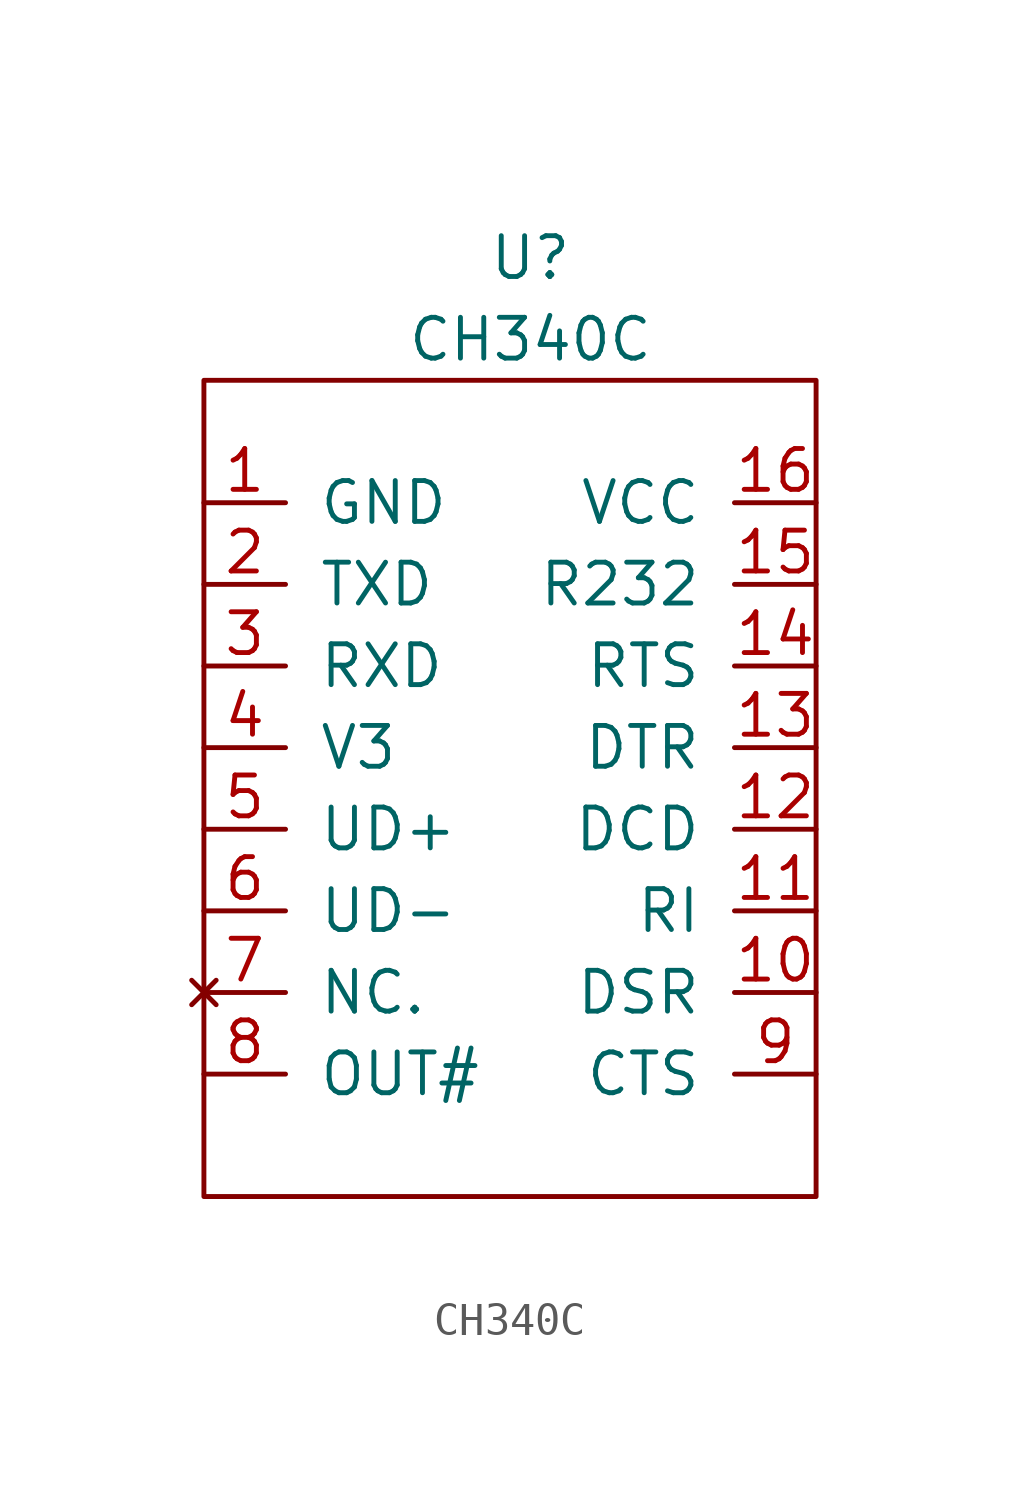
<source format=kicad_sym>
(kicad_symbol_lib
  (version 20211014)
  (generator kicad_symbol_editor)
  (symbol "CH340C"
    (pin_names
      (offset 1.016))
    (property "Reference" "U"
      (at 0 12.7 0)
      (effects (font (size 1.27 1.27))))
    (property "Value" "CH340C"
      (at 0 10.16 0)
      (effects (font (size 1.27 1.27))))
    (symbol "CH340C_0_1"
      (rectangle (start -10.16 8.89) (end 8.89 -16.51) (stroke (width 0) (type default) (color 0 0 0 0)) (fill (type none))))
    (symbol "CH340C_1_1"
      (pin passive line (at -10.16 5.08 0) (length 2.54) (name "GND" (effects (font (size 1.27 1.27)))) (number "1" (effects (font (size 1.27 1.27)))))
      (pin bidirectional line (at 8.89 -10.16 180) (length 2.54) (name "DSR" (effects (font (size 1.27 1.27)))) (number "10" (effects (font (size 1.27 1.27)))))
      (pin bidirectional line (at 8.89 -7.62 180) (length 2.54) (name "RI" (effects (font (size 1.27 1.27)))) (number "11" (effects (font (size 1.27 1.27)))))
      (pin bidirectional line (at 8.89 -5.08 180) (length 2.54) (name "DCD" (effects (font (size 1.27 1.27)))) (number "12" (effects (font (size 1.27 1.27)))))
      (pin bidirectional line (at 8.89 -2.54 180) (length 2.54) (name "DTR" (effects (font (size 1.27 1.27)))) (number "13" (effects (font (size 1.27 1.27)))))
      (pin bidirectional line (at 8.89 0 180) (length 2.54) (name "RTS" (effects (font (size 1.27 1.27)))) (number "14" (effects (font (size 1.27 1.27)))))
      (pin bidirectional line (at 8.89 2.54 180) (length 2.54) (name "R232" (effects (font (size 1.27 1.27)))) (number "15" (effects (font (size 1.27 1.27)))))
      (pin power_in line (at 8.89 5.08 180) (length 2.54) (name "VCC" (effects (font (size 1.27 1.27)))) (number "16" (effects (font (size 1.27 1.27)))))
      (pin output line (at -10.16 2.54 0) (length 2.54) (name "TXD" (effects (font (size 1.27 1.27)))) (number "2" (effects (font (size 1.27 1.27)))))
      (pin input line (at -10.16 0 0) (length 2.54) (name "RXD" (effects (font (size 1.27 1.27)))) (number "3" (effects (font (size 1.27 1.27)))))
      (pin passive line (at -10.16 -2.54 0) (length 2.54) (name "V3" (effects (font (size 1.27 1.27)))) (number "4" (effects (font (size 1.27 1.27)))))
      (pin bidirectional line (at -10.16 -5.08 0) (length 2.54) (name "UD+" (effects (font (size 1.27 1.27)))) (number "5" (effects (font (size 1.27 1.27)))))
      (pin bidirectional line (at -10.16 -7.62 0) (length 2.54) (name "UD-" (effects (font (size 1.27 1.27)))) (number "6" (effects (font (size 1.27 1.27)))))
      (pin no_connect line (at -10.16 -10.16 0) (length 2.54) (name "NC." (effects (font (size 1.27 1.27)))) (number "7" (effects (font (size 1.27 1.27)))))
      (pin output line (at -10.16 -12.7 0) (length 2.54) (name "OUT#" (effects (font (size 1.27 1.27)))) (number "8" (effects (font (size 1.27 1.27)))))
      (pin bidirectional line (at 8.89 -12.7 180) (length 2.54) (name "CTS" (effects (font (size 1.27 1.27)))) (number "9" (effects (font (size 1.27 1.27))))))))
</source>
